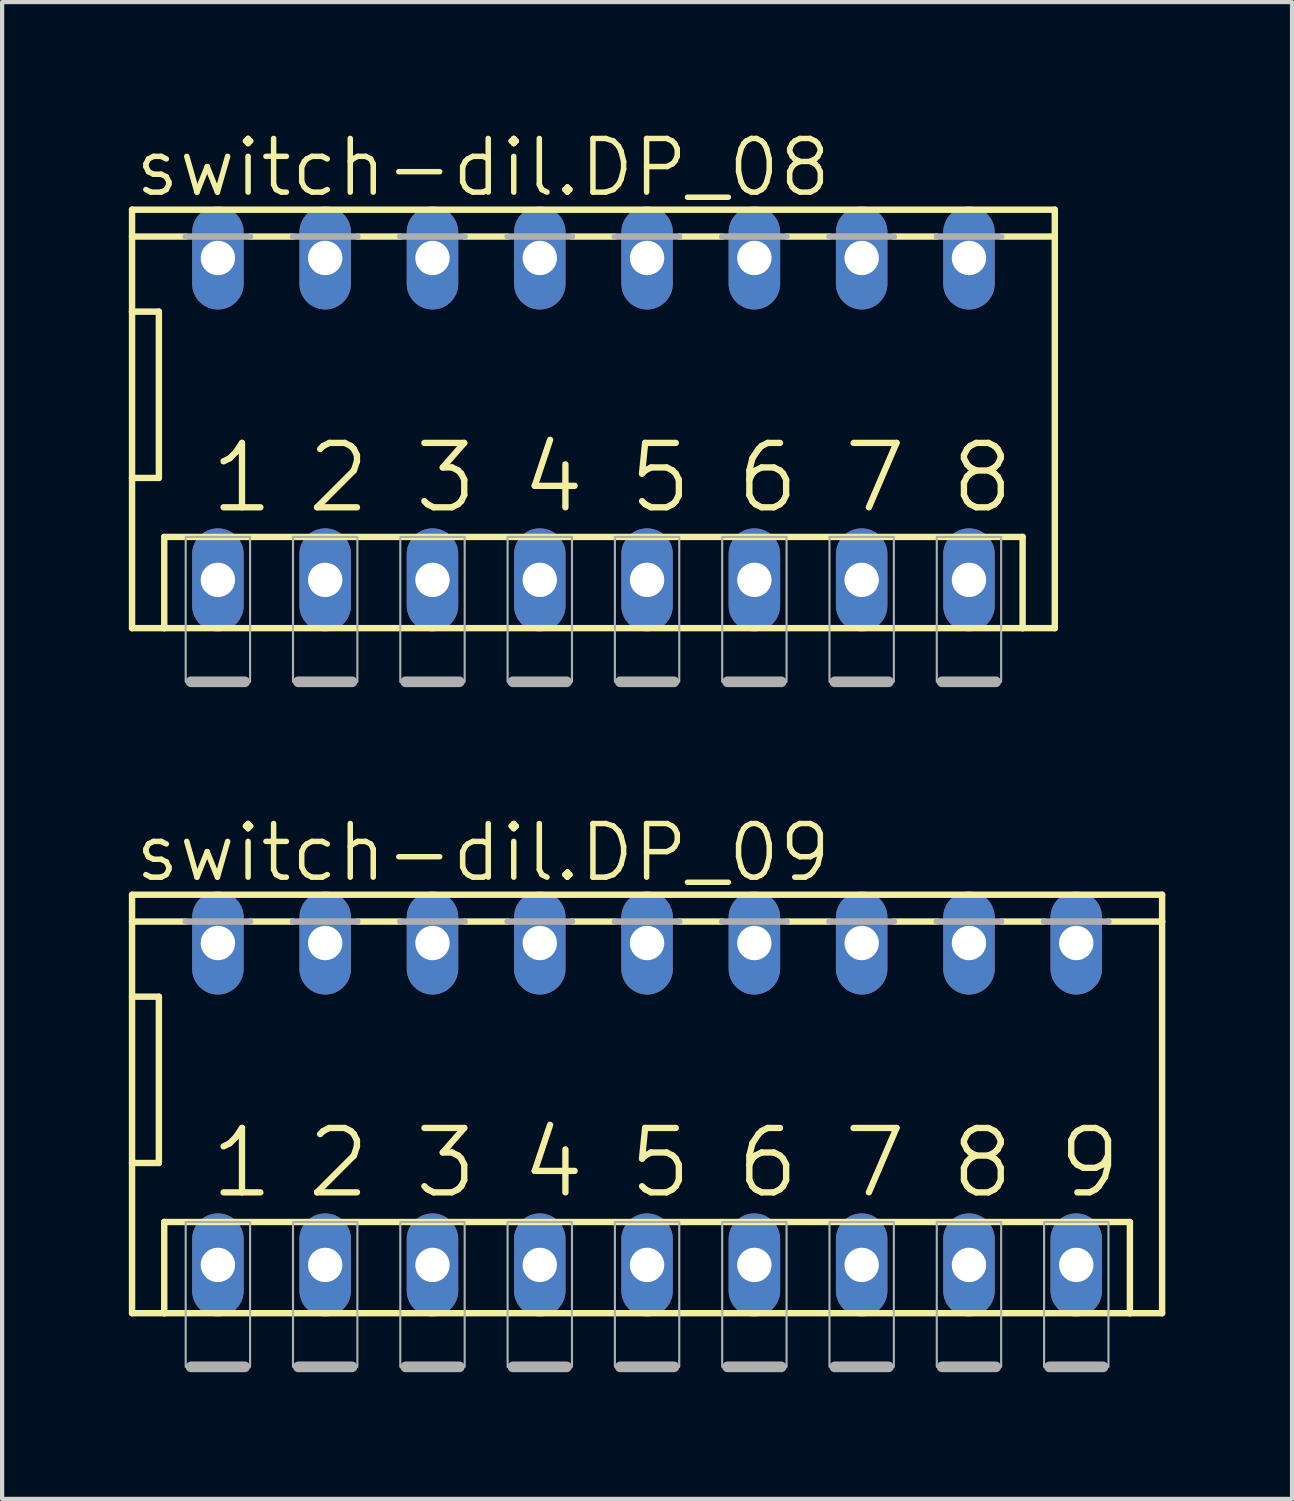
<source format=kicad_pcb>
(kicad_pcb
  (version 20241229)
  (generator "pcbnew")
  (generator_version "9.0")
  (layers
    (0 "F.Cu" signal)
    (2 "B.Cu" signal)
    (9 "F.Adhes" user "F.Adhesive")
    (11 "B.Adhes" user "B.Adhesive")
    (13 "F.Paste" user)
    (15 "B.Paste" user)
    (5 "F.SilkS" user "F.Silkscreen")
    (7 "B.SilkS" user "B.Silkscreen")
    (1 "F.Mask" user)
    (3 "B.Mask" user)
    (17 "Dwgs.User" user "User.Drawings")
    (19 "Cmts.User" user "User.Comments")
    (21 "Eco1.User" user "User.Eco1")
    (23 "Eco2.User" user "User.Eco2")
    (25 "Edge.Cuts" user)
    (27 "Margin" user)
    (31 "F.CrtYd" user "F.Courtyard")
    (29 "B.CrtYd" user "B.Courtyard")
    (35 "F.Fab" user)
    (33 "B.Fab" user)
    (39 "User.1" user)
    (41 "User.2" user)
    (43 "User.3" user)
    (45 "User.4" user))
  (footprint "switch-dil.DP_08"
    (layer "F.Cu")
    (at 10.998 6.867)
    (property "Reference" "switch-dil.DP_08" (at -10.922 -5.207 0) (layer "F.SilkS") (effects (font (size 1.27 1.27) (thickness 0.13)) (justify left bottom)))
    (attr through_hole)
    (fp_line (start -10.922 -4.953) (end -10.922 -4.318) (stroke (width 0.152) (type default)) (layer "F.SilkS"))
    (fp_line (start -10.922 -4.318) (end -10.922 -2.54) (stroke (width 0.152) (type default)) (layer "F.SilkS"))
    (fp_line (start -10.922 -2.54) (end -10.922 1.397) (stroke (width 0.152) (type default)) (layer "F.SilkS"))
    (fp_line (start -10.922 -2.54) (end -10.287 -2.54) (stroke (width 0.152) (type default)) (layer "F.SilkS"))
    (fp_line (start -10.922 1.397) (end -10.922 4.953) (stroke (width 0.152) (type default)) (layer "F.SilkS"))
    (fp_line (start -10.922 4.953) (end -10.16 4.953) (stroke (width 0.152) (type default)) (layer "F.SilkS"))
    (fp_line (start -10.287 1.397) (end -10.922 1.397) (stroke (width 0.152) (type default)) (layer "F.SilkS"))
    (fp_line (start -10.287 1.397) (end -10.287 -2.54) (stroke (width 0.152) (type default)) (layer "F.SilkS"))
    (fp_line (start -10.16 2.794) (end -10.16 4.953) (stroke (width 0.152) (type default)) (layer "F.SilkS"))
    (fp_line (start -10.16 2.794) (end 10.16 2.794) (stroke (width 0.152) (type default)) (layer "F.SilkS"))
    (fp_line (start -10.16 4.953) (end 10.16 4.953) (stroke (width 0.152) (type default)) (layer "F.SilkS"))
    (fp_line (start -9.652 -4.318) (end -10.922 -4.318) (stroke (width 0.152) (type default)) (layer "F.SilkS"))
    (fp_line (start -8.128 -4.318) (end -7.112 -4.318) (stroke (width 0.152) (type default)) (layer "F.SilkS"))
    (fp_line (start -5.588 -4.318) (end -4.572 -4.318) (stroke (width 0.152) (type default)) (layer "F.SilkS"))
    (fp_line (start -3.048 -4.318) (end -2.032 -4.318) (stroke (width 0.152) (type default)) (layer "F.SilkS"))
    (fp_line (start -0.508 -4.318) (end 0.508 -4.318) (stroke (width 0.152) (type default)) (layer "F.SilkS"))
    (fp_line (start 2.032 -4.318) (end 3.048 -4.318) (stroke (width 0.152) (type default)) (layer "F.SilkS"))
    (fp_line (start 4.572 -4.318) (end 5.588 -4.318) (stroke (width 0.152) (type default)) (layer "F.SilkS"))
    (fp_line (start 7.112 -4.318) (end 8.128 -4.318) (stroke (width 0.152) (type default)) (layer "F.SilkS"))
    (fp_line (start 10.16 2.794) (end 10.16 4.953) (stroke (width 0.152) (type default)) (layer "F.SilkS"))
    (fp_line (start 10.16 4.953) (end 10.922 4.953) (stroke (width 0.152) (type default)) (layer "F.SilkS"))
    (fp_line (start 10.922 -4.953) (end -10.922 -4.953) (stroke (width 0.152) (type default)) (layer "F.SilkS"))
    (fp_line (start 10.922 -4.318) (end 9.652 -4.318) (stroke (width 0.152) (type default)) (layer "F.SilkS"))
    (fp_line (start 10.922 -4.318) (end 10.922 -4.953) (stroke (width 0.152) (type default)) (layer "F.SilkS"))
    (fp_line (start 10.922 4.953) (end 10.922 -4.318) (stroke (width 0.152) (type default)) (layer "F.SilkS"))
    (fp_line (start -9.525 6.223) (end -8.255 6.223) (stroke (width 0.254) (type default)) (layer "F.Fab"))
    (fp_line (start -8.128 -4.318) (end -9.652 -4.318) (stroke (width 0.152) (type default)) (layer "F.Fab"))
    (fp_line (start -6.985 6.223) (end -5.715 6.223) (stroke (width 0.254) (type default)) (layer "F.Fab"))
    (fp_line (start -5.588 -4.318) (end -7.112 -4.318) (stroke (width 0.152) (type default)) (layer "F.Fab"))
    (fp_line (start -4.445 6.223) (end -3.175 6.223) (stroke (width 0.254) (type default)) (layer "F.Fab"))
    (fp_line (start -3.048 -4.318) (end -4.572 -4.318) (stroke (width 0.152) (type default)) (layer "F.Fab"))
    (fp_line (start -1.905 6.223) (end -0.635 6.223) (stroke (width 0.254) (type default)) (layer "F.Fab"))
    (fp_line (start -0.508 -4.318) (end -2.032 -4.318) (stroke (width 0.152) (type default)) (layer "F.Fab"))
    (fp_line (start 0.635 6.223) (end 1.905 6.223) (stroke (width 0.254) (type default)) (layer "F.Fab"))
    (fp_line (start 2.032 -4.318) (end 0.508 -4.318) (stroke (width 0.152) (type default)) (layer "F.Fab"))
    (fp_line (start 3.175 6.223) (end 4.445 6.223) (stroke (width 0.254) (type default)) (layer "F.Fab"))
    (fp_line (start 4.572 -4.318) (end 3.048 -4.318) (stroke (width 0.152) (type default)) (layer "F.Fab"))
    (fp_line (start 5.715 6.223) (end 6.985 6.223) (stroke (width 0.254) (type default)) (layer "F.Fab"))
    (fp_line (start 7.112 -4.318) (end 5.588 -4.318) (stroke (width 0.152) (type default)) (layer "F.Fab"))
    (fp_line (start 8.255 6.223) (end 9.525 6.223) (stroke (width 0.254) (type default)) (layer "F.Fab"))
    (fp_line (start 9.652 -4.318) (end 8.128 -4.318) (stroke (width 0.152) (type default)) (layer "F.Fab"))
    (fp_rect (start -9.652 6.223) (end -8.128 2.794) (stroke (width 0.05) (type default)) (fill no) (layer "F.Fab"))
    (fp_rect (start -7.112 6.223) (end -5.588 2.794) (stroke (width 0.05) (type default)) (fill no) (layer "F.Fab"))
    (fp_rect (start -4.572 6.223) (end -3.048 2.794) (stroke (width 0.05) (type default)) (fill no) (layer "F.Fab"))
    (fp_rect (start -2.032 6.223) (end -0.508 2.794) (stroke (width 0.05) (type default)) (fill no) (layer "F.Fab"))
    (fp_rect (start 0.508 6.223) (end 2.032 2.794) (stroke (width 0.05) (type default)) (fill no) (layer "F.Fab"))
    (fp_rect (start 3.048 6.223) (end 4.572 2.794) (stroke (width 0.05) (type default)) (fill no) (layer "F.Fab"))
    (fp_rect (start 5.588 6.223) (end 7.112 2.794) (stroke (width 0.05) (type default)) (fill no) (layer "F.Fab"))
    (fp_rect (start 8.128 6.223) (end 9.652 2.794) (stroke (width 0.05) (type default)) (fill no) (layer "F.Fab"))
    (fp_text user "5" (at 0.762 2.286 0) (layer "F.SilkS") (effects (font (size 1.524 1.524) (thickness 0.15)) (justify left bottom)))
    (fp_text user "1" (at -9.144 2.286 0) (layer "F.SilkS") (effects (font (size 1.524 1.524) (thickness 0.15)) (justify left bottom)))
    (fp_text user "4" (at -1.778 2.286 0) (layer "F.SilkS") (effects (font (size 1.524 1.524) (thickness 0.15)) (justify left bottom)))
    (fp_text user "2" (at -6.858 2.286 0) (layer "F.SilkS") (effects (font (size 1.524 1.524) (thickness 0.15)) (justify left bottom)))
    (fp_text user "7" (at 5.842 2.286 0) (layer "F.SilkS") (effects (font (size 1.524 1.524) (thickness 0.15)) (justify left bottom)))
    (fp_text user "8" (at 8.382 2.286 0) (layer "F.SilkS") (effects (font (size 1.524 1.524) (thickness 0.15)) (justify left bottom)))
    (fp_text user "3" (at -4.318 2.286 0) (layer "F.SilkS") (effects (font (size 1.524 1.524) (thickness 0.15)) (justify left bottom)))
    (fp_text user "6" (at 3.302 2.286 0) (layer "F.SilkS") (effects (font (size 1.524 1.524) (thickness 0.15)) (justify left bottom)))
    (pad "1" thru_hole oval (at -8.89 3.81 90) (size 2.438 1.219) (drill 0.813) (layers "*.Cu" "*.Mask"))
    (pad "2" thru_hole oval (at -6.35 3.81 90) (size 2.438 1.219) (drill 0.813) (layers "*.Cu" "*.Mask"))
    (pad "3" thru_hole oval (at -3.81 3.81 90) (size 2.438 1.219) (drill 0.813) (layers "*.Cu" "*.Mask"))
    (pad "4" thru_hole oval (at -1.27 3.81 90) (size 2.438 1.219) (drill 0.813) (layers "*.Cu" "*.Mask"))
    (pad "5" thru_hole oval (at 1.27 3.81 90) (size 2.438 1.219) (drill 0.813) (layers "*.Cu" "*.Mask"))
    (pad "6" thru_hole oval (at 3.81 3.81 90) (size 2.438 1.219) (drill 0.813) (layers "*.Cu" "*.Mask"))
    (pad "7" thru_hole oval (at 6.35 3.81 90) (size 2.438 1.219) (drill 0.813) (layers "*.Cu" "*.Mask"))
    (pad "8" thru_hole oval (at 8.89 3.81 90) (size 2.438 1.219) (drill 0.813) (layers "*.Cu" "*.Mask"))
    (pad "9" thru_hole oval (at 8.89 -3.81 90) (size 2.438 1.219) (drill 0.813) (layers "*.Cu" "*.Mask"))
    (pad "10" thru_hole oval (at 6.35 -3.81 90) (size 2.438 1.219) (drill 0.813) (layers "*.Cu" "*.Mask"))
    (pad "11" thru_hole oval (at 3.81 -3.81 90) (size 2.438 1.219) (drill 0.813) (layers "*.Cu" "*.Mask"))
    (pad "12" thru_hole oval (at 1.27 -3.81 90) (size 2.438 1.219) (drill 0.813) (layers "*.Cu" "*.Mask"))
    (pad "13" thru_hole oval (at -1.27 -3.81 90) (size 2.438 1.219) (drill 0.813) (layers "*.Cu" "*.Mask"))
    (pad "14" thru_hole oval (at -3.81 -3.81 90) (size 2.438 1.219) (drill 0.813) (layers "*.Cu" "*.Mask"))
    (pad "15" thru_hole oval (at -6.35 -3.81 90) (size 2.438 1.219) (drill 0.813) (layers "*.Cu" "*.Mask"))
    (pad "16" thru_hole oval (at -8.89 -3.81 90) (size 2.438 1.219) (drill 0.813) (layers "*.Cu" "*.Mask")))
  (footprint "switch-dil.DP_09"
    (layer "F.Cu")
    (at 12.268 23.084)
    (property "Reference" "switch-dil.DP_09" (at -12.192 -5.207 0) (layer "F.SilkS") (effects (font (size 1.27 1.27) (thickness 0.13)) (justify left bottom)))
    (attr through_hole)
    (fp_line (start -12.192 -4.953) (end -12.192 -4.318) (stroke (width 0.152) (type default)) (layer "F.SilkS"))
    (fp_line (start -12.192 -4.318) (end -12.192 -2.54) (stroke (width 0.152) (type default)) (layer "F.SilkS"))
    (fp_line (start -12.192 -2.54) (end -12.192 1.397) (stroke (width 0.152) (type default)) (layer "F.SilkS"))
    (fp_line (start -12.192 -2.54) (end -11.557 -2.54) (stroke (width 0.152) (type default)) (layer "F.SilkS"))
    (fp_line (start -12.192 1.397) (end -12.192 4.953) (stroke (width 0.152) (type default)) (layer "F.SilkS"))
    (fp_line (start -12.192 4.953) (end -11.43 4.953) (stroke (width 0.152) (type default)) (layer "F.SilkS"))
    (fp_line (start -11.557 1.397) (end -12.192 1.397) (stroke (width 0.152) (type default)) (layer "F.SilkS"))
    (fp_line (start -11.557 1.397) (end -11.557 -2.54) (stroke (width 0.152) (type default)) (layer "F.SilkS"))
    (fp_line (start -11.43 2.794) (end -11.43 4.953) (stroke (width 0.152) (type default)) (layer "F.SilkS"))
    (fp_line (start -11.43 2.794) (end 11.43 2.794) (stroke (width 0.152) (type default)) (layer "F.SilkS"))
    (fp_line (start -11.43 4.953) (end 11.43 4.953) (stroke (width 0.152) (type default)) (layer "F.SilkS"))
    (fp_line (start -10.922 -4.318) (end -12.192 -4.318) (stroke (width 0.152) (type default)) (layer "F.SilkS"))
    (fp_line (start -9.398 -4.318) (end -8.382 -4.318) (stroke (width 0.152) (type default)) (layer "F.SilkS"))
    (fp_line (start -6.858 -4.318) (end -5.842 -4.318) (stroke (width 0.152) (type default)) (layer "F.SilkS"))
    (fp_line (start -4.318 -4.318) (end -3.302 -4.318) (stroke (width 0.152) (type default)) (layer "F.SilkS"))
    (fp_line (start -1.778 -4.318) (end -0.762 -4.318) (stroke (width 0.152) (type default)) (layer "F.SilkS"))
    (fp_line (start 0.762 -4.318) (end 1.778 -4.318) (stroke (width 0.152) (type default)) (layer "F.SilkS"))
    (fp_line (start 3.302 -4.318) (end 4.318 -4.318) (stroke (width 0.152) (type default)) (layer "F.SilkS"))
    (fp_line (start 5.842 -4.318) (end 6.858 -4.318) (stroke (width 0.152) (type default)) (layer "F.SilkS"))
    (fp_line (start 8.382 -4.318) (end 9.398 -4.318) (stroke (width 0.152) (type default)) (layer "F.SilkS"))
    (fp_line (start 10.922 -4.318) (end 12.192 -4.318) (stroke (width 0.152) (type default)) (layer "F.SilkS"))
    (fp_line (start 11.43 2.794) (end 11.43 4.953) (stroke (width 0.152) (type default)) (layer "F.SilkS"))
    (fp_line (start 11.43 4.953) (end 12.192 4.953) (stroke (width 0.152) (type default)) (layer "F.SilkS"))
    (fp_line (start 12.192 -4.953) (end -12.192 -4.953) (stroke (width 0.152) (type default)) (layer "F.SilkS"))
    (fp_line (start 12.192 -4.318) (end 12.192 -4.953) (stroke (width 0.152) (type default)) (layer "F.SilkS"))
    (fp_line (start 12.192 4.953) (end 12.192 -4.318) (stroke (width 0.152) (type default)) (layer "F.SilkS"))
    (fp_line (start -10.795 6.223) (end -9.525 6.223) (stroke (width 0.254) (type default)) (layer "F.Fab"))
    (fp_line (start -9.398 -4.318) (end -10.922 -4.318) (stroke (width 0.152) (type default)) (layer "F.Fab"))
    (fp_line (start -8.255 6.223) (end -6.985 6.223) (stroke (width 0.254) (type default)) (layer "F.Fab"))
    (fp_line (start -6.858 -4.318) (end -8.382 -4.318) (stroke (width 0.152) (type default)) (layer "F.Fab"))
    (fp_line (start -5.715 6.223) (end -4.445 6.223) (stroke (width 0.254) (type default)) (layer "F.Fab"))
    (fp_line (start -4.318 -4.318) (end -5.842 -4.318) (stroke (width 0.152) (type default)) (layer "F.Fab"))
    (fp_line (start -3.175 6.223) (end -1.905 6.223) (stroke (width 0.254) (type default)) (layer "F.Fab"))
    (fp_line (start -1.778 -4.318) (end -3.302 -4.318) (stroke (width 0.152) (type default)) (layer "F.Fab"))
    (fp_line (start -0.635 6.223) (end 0.635 6.223) (stroke (width 0.254) (type default)) (layer "F.Fab"))
    (fp_line (start 0.762 -4.318) (end -0.762 -4.318) (stroke (width 0.152) (type default)) (layer "F.Fab"))
    (fp_line (start 1.905 6.223) (end 3.175 6.223) (stroke (width 0.254) (type default)) (layer "F.Fab"))
    (fp_line (start 3.302 -4.318) (end 1.778 -4.318) (stroke (width 0.152) (type default)) (layer "F.Fab"))
    (fp_line (start 4.445 6.223) (end 5.715 6.223) (stroke (width 0.254) (type default)) (layer "F.Fab"))
    (fp_line (start 5.842 -4.318) (end 4.318 -4.318) (stroke (width 0.152) (type default)) (layer "F.Fab"))
    (fp_line (start 6.985 6.223) (end 8.255 6.223) (stroke (width 0.254) (type default)) (layer "F.Fab"))
    (fp_line (start 8.382 -4.318) (end 6.858 -4.318) (stroke (width 0.152) (type default)) (layer "F.Fab"))
    (fp_line (start 9.525 6.223) (end 10.795 6.223) (stroke (width 0.254) (type default)) (layer "F.Fab"))
    (fp_line (start 10.922 -4.318) (end 9.398 -4.318) (stroke (width 0.152) (type default)) (layer "F.Fab"))
    (fp_rect (start -10.922 6.223) (end -9.398 2.794) (stroke (width 0.05) (type default)) (fill no) (layer "F.Fab"))
    (fp_rect (start -8.382 6.223) (end -6.858 2.794) (stroke (width 0.05) (type default)) (fill no) (layer "F.Fab"))
    (fp_rect (start -5.842 6.223) (end -4.318 2.794) (stroke (width 0.05) (type default)) (fill no) (layer "F.Fab"))
    (fp_rect (start -3.302 6.223) (end -1.778 2.794) (stroke (width 0.05) (type default)) (fill no) (layer "F.Fab"))
    (fp_rect (start -0.762 6.223) (end 0.762 2.794) (stroke (width 0.05) (type default)) (fill no) (layer "F.Fab"))
    (fp_rect (start 1.778 6.223) (end 3.302 2.794) (stroke (width 0.05) (type default)) (fill no) (layer "F.Fab"))
    (fp_rect (start 4.318 6.223) (end 5.842 2.794) (stroke (width 0.05) (type default)) (fill no) (layer "F.Fab"))
    (fp_rect (start 6.858 6.223) (end 8.382 2.794) (stroke (width 0.05) (type default)) (fill no) (layer "F.Fab"))
    (fp_rect (start 9.398 6.223) (end 10.922 2.794) (stroke (width 0.05) (type default)) (fill no) (layer "F.Fab"))
    (fp_text user "1" (at -10.414 2.286 0) (layer "F.SilkS") (effects (font (size 1.524 1.524) (thickness 0.15)) (justify left bottom)))
    (fp_text user "5" (at -0.508 2.286 0) (layer "F.SilkS") (effects (font (size 1.524 1.524) (thickness 0.15)) (justify left bottom)))
    (fp_text user "6" (at 2.032 2.286 0) (layer "F.SilkS") (effects (font (size 1.524 1.524) (thickness 0.15)) (justify left bottom)))
    (fp_text user "2" (at -8.128 2.286 0) (layer "F.SilkS") (effects (font (size 1.524 1.524) (thickness 0.15)) (justify left bottom)))
    (fp_text user "9" (at 9.652 2.286 0) (layer "F.SilkS") (effects (font (size 1.524 1.524) (thickness 0.15)) (justify left bottom)))
    (fp_text user "7" (at 4.572 2.286 0) (layer "F.SilkS") (effects (font (size 1.524 1.524) (thickness 0.15)) (justify left bottom)))
    (fp_text user "4" (at -3.048 2.286 0) (layer "F.SilkS") (effects (font (size 1.524 1.524) (thickness 0.15)) (justify left bottom)))
    (fp_text user "3" (at -5.588 2.286 0) (layer "F.SilkS") (effects (font (size 1.524 1.524) (thickness 0.15)) (justify left bottom)))
    (fp_text user "8" (at 7.112 2.286 0) (layer "F.SilkS") (effects (font (size 1.524 1.524) (thickness 0.15)) (justify left bottom)))
    (pad "1" thru_hole oval (at -10.16 3.81 90) (size 2.438 1.219) (drill 0.813) (layers "*.Cu" "*.Mask"))
    (pad "2" thru_hole oval (at -7.62 3.81 90) (size 2.438 1.219) (drill 0.813) (layers "*.Cu" "*.Mask"))
    (pad "3" thru_hole oval (at -5.08 3.81 90) (size 2.438 1.219) (drill 0.813) (layers "*.Cu" "*.Mask"))
    (pad "4" thru_hole oval (at -2.54 3.81 90) (size 2.438 1.219) (drill 0.813) (layers "*.Cu" "*.Mask"))
    (pad "5" thru_hole oval (at 0 3.81 90) (size 2.438 1.219) (drill 0.813) (layers "*.Cu" "*.Mask"))
    (pad "6" thru_hole oval (at 2.54 3.81 90) (size 2.438 1.219) (drill 0.813) (layers "*.Cu" "*.Mask"))
    (pad "7" thru_hole oval (at 5.08 3.81 90) (size 2.438 1.219) (drill 0.813) (layers "*.Cu" "*.Mask"))
    (pad "8" thru_hole oval (at 7.62 3.81 90) (size 2.438 1.219) (drill 0.813) (layers "*.Cu" "*.Mask"))
    (pad "9" thru_hole oval (at 10.16 3.81 90) (size 2.438 1.219) (drill 0.813) (layers "*.Cu" "*.Mask"))
    (pad "10" thru_hole oval (at 10.16 -3.81 90) (size 2.438 1.219) (drill 0.813) (layers "*.Cu" "*.Mask"))
    (pad "11" thru_hole oval (at 7.62 -3.81 90) (size 2.438 1.219) (drill 0.813) (layers "*.Cu" "*.Mask"))
    (pad "12" thru_hole oval (at 5.08 -3.81 90) (size 2.438 1.219) (drill 0.813) (layers "*.Cu" "*.Mask"))
    (pad "13" thru_hole oval (at 2.54 -3.81 90) (size 2.438 1.219) (drill 0.813) (layers "*.Cu" "*.Mask"))
    (pad "14" thru_hole oval (at 0 -3.81 90) (size 2.438 1.219) (drill 0.813) (layers "*.Cu" "*.Mask"))
    (pad "15" thru_hole oval (at -2.54 -3.81 90) (size 2.438 1.219) (drill 0.813) (layers "*.Cu" "*.Mask"))
    (pad "16" thru_hole oval (at -5.08 -3.81 90) (size 2.438 1.219) (drill 0.813) (layers "*.Cu" "*.Mask"))
    (pad "17" thru_hole oval (at -7.62 -3.81 90) (size 2.438 1.219) (drill 0.813) (layers "*.Cu" "*.Mask"))
    (pad "18" thru_hole oval (at -10.16 -3.81 90) (size 2.438 1.219) (drill 0.813) (layers "*.Cu" "*.Mask")))
  (gr_rect
    (start -3 -3)
    (end 27.536 32.434)
    (stroke (width 0.1) (type default))
    (fill no)
    (layer "Edge.Cuts")))
</source>
